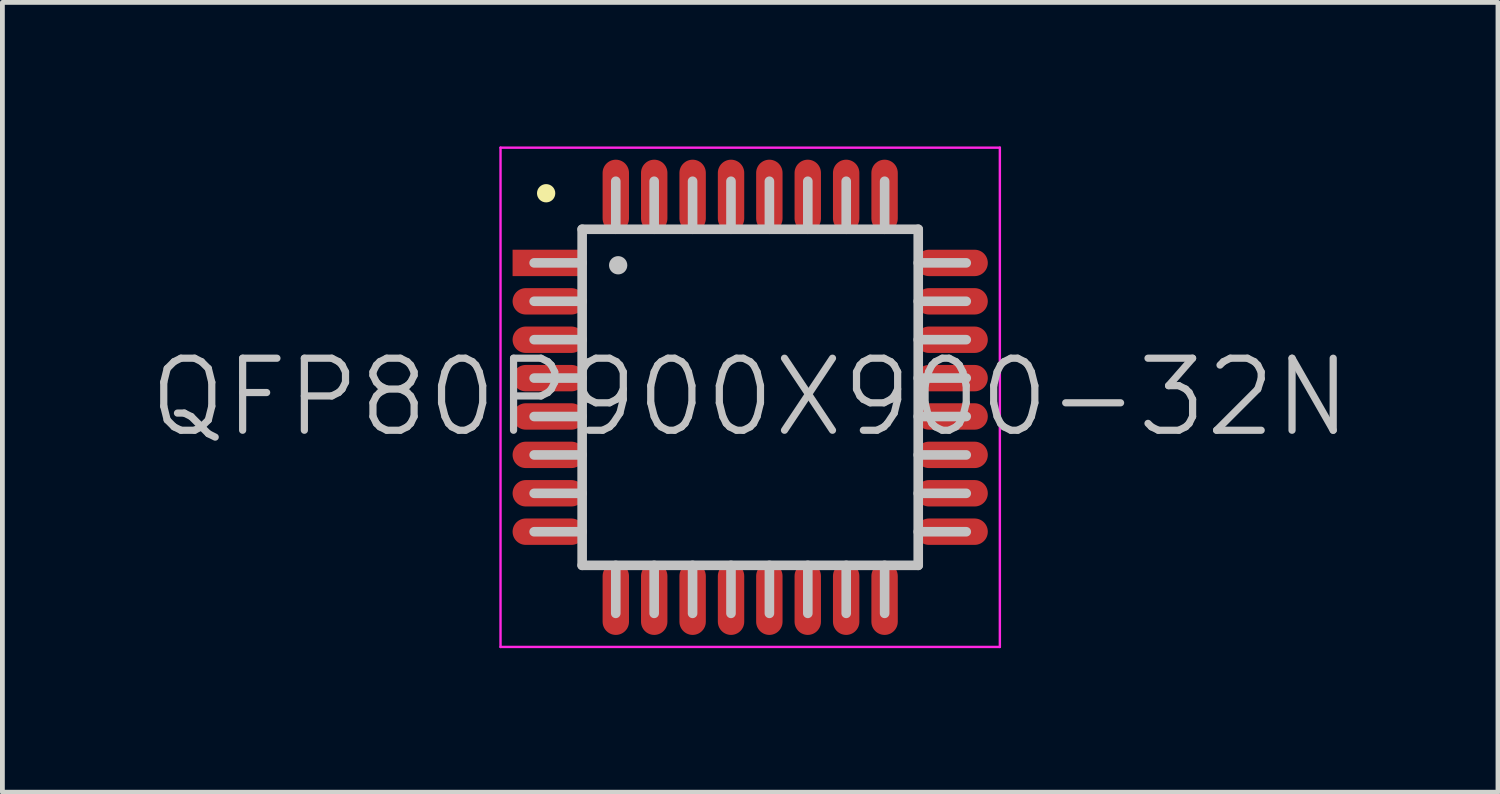
<source format=kicad_pcb>
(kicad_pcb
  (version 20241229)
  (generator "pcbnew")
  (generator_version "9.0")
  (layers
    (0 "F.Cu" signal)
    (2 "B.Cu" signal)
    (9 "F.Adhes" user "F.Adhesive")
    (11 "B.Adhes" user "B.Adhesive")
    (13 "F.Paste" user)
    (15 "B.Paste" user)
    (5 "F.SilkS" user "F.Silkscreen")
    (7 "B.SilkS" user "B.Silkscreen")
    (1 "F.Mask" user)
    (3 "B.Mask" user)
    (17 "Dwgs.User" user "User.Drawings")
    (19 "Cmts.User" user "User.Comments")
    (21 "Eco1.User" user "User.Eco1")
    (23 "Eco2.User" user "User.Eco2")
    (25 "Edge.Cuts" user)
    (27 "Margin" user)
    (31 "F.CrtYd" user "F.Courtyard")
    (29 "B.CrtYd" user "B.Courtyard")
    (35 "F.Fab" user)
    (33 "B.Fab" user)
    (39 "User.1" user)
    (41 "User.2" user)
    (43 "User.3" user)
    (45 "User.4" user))
  (footprint "QFP80P900X900-32N"
    (layer "F.Cu")
    (at 12.575 5.225)
    (property "Reference" "QFP80P900X900-32N" (at 0 0 0) (layer "Dwgs.User") (effects (font (size 1.5 1.5) (thickness 0.15))))
    (attr smd)
    (fp_line (start -4.25 -4.25) (end -4.25 -4.25) (stroke (width 0.381) (type solid)) (layer "F.SilkS"))
    (fp_line (start -3.5 -3.5) (end -3.5 3.5) (stroke (width 0.2) (type solid)) (layer "Dwgs.User"))
    (fp_line (start -3.5 -3.5) (end 3.5 -3.5) (stroke (width 0.2) (type solid)) (layer "Dwgs.User"))
    (fp_line (start -3.5 -2.8) (end -4.5 -2.8) (stroke (width 0.2) (type solid)) (layer "Dwgs.User"))
    (fp_line (start -3.5 -2) (end -4.5 -2) (stroke (width 0.2) (type solid)) (layer "Dwgs.User"))
    (fp_line (start -3.5 -1.2) (end -4.5 -1.2) (stroke (width 0.2) (type solid)) (layer "Dwgs.User"))
    (fp_line (start -3.5 -0.4) (end -4.5 -0.4) (stroke (width 0.2) (type solid)) (layer "Dwgs.User"))
    (fp_line (start -3.5 0.4) (end -4.5 0.4) (stroke (width 0.2) (type solid)) (layer "Dwgs.User"))
    (fp_line (start -3.5 1.2) (end -4.5 1.2) (stroke (width 0.2) (type solid)) (layer "Dwgs.User"))
    (fp_line (start -3.5 2) (end -4.5 2) (stroke (width 0.2) (type solid)) (layer "Dwgs.User"))
    (fp_line (start -3.5 2.8) (end -4.5 2.8) (stroke (width 0.2) (type solid)) (layer "Dwgs.User"))
    (fp_line (start -3.5 3.5) (end 3.5 3.5) (stroke (width 0.2) (type solid)) (layer "Dwgs.User"))
    (fp_line (start -2.8 -3.5) (end -2.8 -4.5) (stroke (width 0.2) (type solid)) (layer "Dwgs.User"))
    (fp_line (start -2.8 4.5) (end -2.8 3.5) (stroke (width 0.2) (type solid)) (layer "Dwgs.User"))
    (fp_line (start -2.75 -2.75) (end -2.75 -2.75) (stroke (width 0.381) (type solid)) (layer "Dwgs.User"))
    (fp_line (start -2 -3.5) (end -2 -4.5) (stroke (width 0.2) (type solid)) (layer "Dwgs.User"))
    (fp_line (start -2 4.5) (end -2 3.5) (stroke (width 0.2) (type solid)) (layer "Dwgs.User"))
    (fp_line (start -1.2 -3.5) (end -1.2 -4.5) (stroke (width 0.2) (type solid)) (layer "Dwgs.User"))
    (fp_line (start -1.2 4.5) (end -1.2 3.5) (stroke (width 0.2) (type solid)) (layer "Dwgs.User"))
    (fp_line (start -0.4 -3.5) (end -0.4 -4.5) (stroke (width 0.2) (type solid)) (layer "Dwgs.User"))
    (fp_line (start -0.4 4.5) (end -0.4 3.5) (stroke (width 0.2) (type solid)) (layer "Dwgs.User"))
    (fp_line (start 0.4 -3.5) (end 0.4 -4.5) (stroke (width 0.2) (type solid)) (layer "Dwgs.User"))
    (fp_line (start 0.4 4.5) (end 0.4 3.5) (stroke (width 0.2) (type solid)) (layer "Dwgs.User"))
    (fp_line (start 1.2 -3.5) (end 1.2 -4.5) (stroke (width 0.2) (type solid)) (layer "Dwgs.User"))
    (fp_line (start 1.2 4.5) (end 1.2 3.5) (stroke (width 0.2) (type solid)) (layer "Dwgs.User"))
    (fp_line (start 2 -3.5) (end 2 -4.5) (stroke (width 0.2) (type solid)) (layer "Dwgs.User"))
    (fp_line (start 2 4.5) (end 2 3.5) (stroke (width 0.2) (type solid)) (layer "Dwgs.User"))
    (fp_line (start 2.8 -3.5) (end 2.8 -4.5) (stroke (width 0.2) (type solid)) (layer "Dwgs.User"))
    (fp_line (start 2.8 4.5) (end 2.8 3.5) (stroke (width 0.2) (type solid)) (layer "Dwgs.User"))
    (fp_line (start 3.5 -3.5) (end 3.5 3.5) (stroke (width 0.2) (type solid)) (layer "Dwgs.User"))
    (fp_line (start 4.5 -2.8) (end 3.5 -2.8) (stroke (width 0.2) (type solid)) (layer "Dwgs.User"))
    (fp_line (start 4.5 -2) (end 3.5 -2) (stroke (width 0.2) (type solid)) (layer "Dwgs.User"))
    (fp_line (start 4.5 -1.2) (end 3.5 -1.2) (stroke (width 0.2) (type solid)) (layer "Dwgs.User"))
    (fp_line (start 4.5 -0.4) (end 3.5 -0.4) (stroke (width 0.2) (type solid)) (layer "Dwgs.User"))
    (fp_line (start 4.5 0.4) (end 3.5 0.4) (stroke (width 0.2) (type solid)) (layer "Dwgs.User"))
    (fp_line (start 4.5 1.2) (end 3.5 1.2) (stroke (width 0.2) (type solid)) (layer "Dwgs.User"))
    (fp_line (start 4.5 2) (end 3.5 2) (stroke (width 0.2) (type solid)) (layer "Dwgs.User"))
    (fp_line (start 4.5 2.8) (end 3.5 2.8) (stroke (width 0.2) (type solid)) (layer "Dwgs.User"))
    (fp_line (start -5.2 -5.2) (end -5.2 5.2) (stroke (width 0.05) (type solid)) (layer "F.CrtYd"))
    (fp_line (start -5.2 -5.2) (end 5.2 -5.2) (stroke (width 0.05) (type solid)) (layer "F.CrtYd"))
    (fp_line (start -5.2 5.2) (end 5.2 5.2) (stroke (width 0.05) (type solid)) (layer "F.CrtYd"))
    (fp_line (start 5.2 -5.2) (end 5.2 5.2) (stroke (width 0.05) (type solid)) (layer "F.CrtYd"))
    (pad "1" smd rect (at -4.199 -2.799 90) (size 0.55 1.5) (layers "F.Cu" "F.Mask" "F.Paste"))
    (pad "2" smd oval (at -4.199 -1.999 90) (size 0.55 1.5) (layers "F.Cu" "F.Mask" "F.Paste"))
    (pad "3" smd oval (at -4.199 -1.199 90) (size 0.55 1.5) (layers "F.Cu" "F.Mask" "F.Paste"))
    (pad "4" smd oval (at -4.199 -0.399 90) (size 0.55 1.5) (layers "F.Cu" "F.Mask" "F.Paste"))
    (pad "5" smd oval (at -4.199 0.399 90) (size 0.55 1.5) (layers "F.Cu" "F.Mask" "F.Paste"))
    (pad "6" smd oval (at -4.199 1.199 90) (size 0.55 1.5) (layers "F.Cu" "F.Mask" "F.Paste"))
    (pad "7" smd oval (at -4.199 1.999 90) (size 0.55 1.5) (layers "F.Cu" "F.Mask" "F.Paste"))
    (pad "8" smd oval (at -4.199 2.799 90) (size 0.55 1.5) (layers "F.Cu" "F.Mask" "F.Paste"))
    (pad "9" smd oval (at -2.799 4.199 180) (size 0.55 1.5) (layers "F.Cu" "F.Mask" "F.Paste"))
    (pad "10" smd oval (at -1.999 4.199 180) (size 0.55 1.5) (layers "F.Cu" "F.Mask" "F.Paste"))
    (pad "11" smd oval (at -1.199 4.199 180) (size 0.55 1.5) (layers "F.Cu" "F.Mask" "F.Paste"))
    (pad "12" smd oval (at -0.399 4.199 180) (size 0.55 1.5) (layers "F.Cu" "F.Mask" "F.Paste"))
    (pad "13" smd oval (at 0.399 4.199 180) (size 0.55 1.5) (layers "F.Cu" "F.Mask" "F.Paste"))
    (pad "14" smd oval (at 1.199 4.199 180) (size 0.55 1.5) (layers "F.Cu" "F.Mask" "F.Paste"))
    (pad "15" smd oval (at 1.999 4.199 180) (size 0.55 1.5) (layers "F.Cu" "F.Mask" "F.Paste"))
    (pad "16" smd oval (at 2.799 4.199 180) (size 0.55 1.5) (layers "F.Cu" "F.Mask" "F.Paste"))
    (pad "17" smd oval (at 4.199 2.799 270) (size 0.55 1.5) (layers "F.Cu" "F.Mask" "F.Paste"))
    (pad "18" smd oval (at 4.199 1.999 270) (size 0.55 1.5) (layers "F.Cu" "F.Mask" "F.Paste"))
    (pad "19" smd oval (at 4.199 1.199 270) (size 0.55 1.5) (layers "F.Cu" "F.Mask" "F.Paste"))
    (pad "20" smd oval (at 4.199 0.399 270) (size 0.55 1.5) (layers "F.Cu" "F.Mask" "F.Paste"))
    (pad "21" smd oval (at 4.199 -0.399 270) (size 0.55 1.5) (layers "F.Cu" "F.Mask" "F.Paste"))
    (pad "22" smd oval (at 4.199 -1.199 270) (size 0.55 1.5) (layers "F.Cu" "F.Mask" "F.Paste"))
    (pad "23" smd oval (at 4.199 -1.999 270) (size 0.55 1.5) (layers "F.Cu" "F.Mask" "F.Paste"))
    (pad "24" smd oval (at 4.199 -2.799 270) (size 0.55 1.5) (layers "F.Cu" "F.Mask" "F.Paste"))
    (pad "25" smd oval (at 2.799 -4.199) (size 0.55 1.5) (layers "F.Cu" "F.Mask" "F.Paste"))
    (pad "26" smd oval (at 1.999 -4.199) (size 0.55 1.5) (layers "F.Cu" "F.Mask" "F.Paste"))
    (pad "27" smd oval (at 1.199 -4.199) (size 0.55 1.5) (layers "F.Cu" "F.Mask" "F.Paste"))
    (pad "28" smd oval (at 0.399 -4.199) (size 0.55 1.5) (layers "F.Cu" "F.Mask" "F.Paste"))
    (pad "29" smd oval (at -0.399 -4.199) (size 0.55 1.5) (layers "F.Cu" "F.Mask" "F.Paste"))
    (pad "30" smd oval (at -1.199 -4.199) (size 0.55 1.5) (layers "F.Cu" "F.Mask" "F.Paste"))
    (pad "31" smd oval (at -1.999 -4.199) (size 0.55 1.5) (layers "F.Cu" "F.Mask" "F.Paste"))
    (pad "32" smd oval (at -2.799 -4.199) (size 0.55 1.5) (layers "F.Cu" "F.Mask" "F.Paste")))
  (gr_rect
    (start -3 -3)
    (end 28.15 13.45)
    (stroke (width 0.1) (type default))
    (fill no)
    (layer "Edge.Cuts")))
</source>
